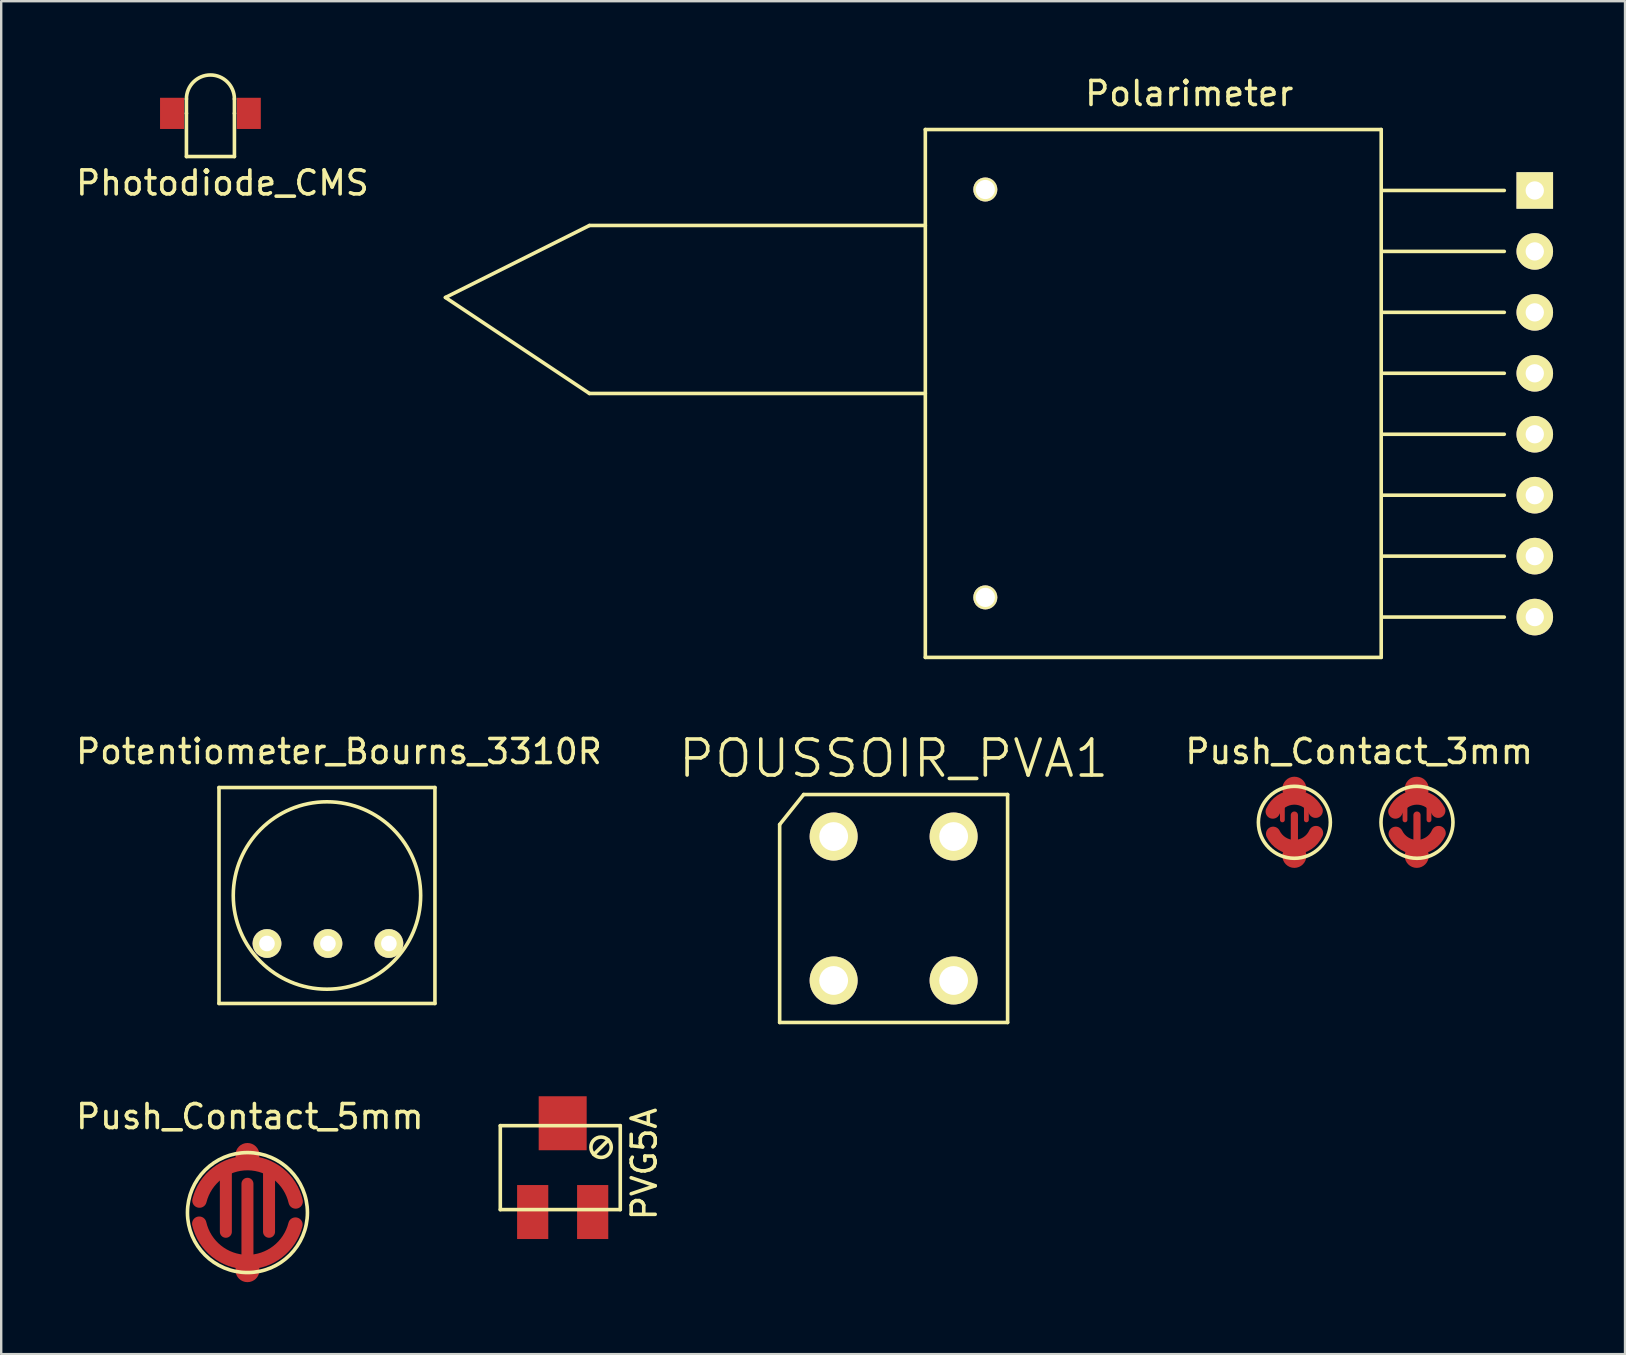
<source format=kicad_pcb>
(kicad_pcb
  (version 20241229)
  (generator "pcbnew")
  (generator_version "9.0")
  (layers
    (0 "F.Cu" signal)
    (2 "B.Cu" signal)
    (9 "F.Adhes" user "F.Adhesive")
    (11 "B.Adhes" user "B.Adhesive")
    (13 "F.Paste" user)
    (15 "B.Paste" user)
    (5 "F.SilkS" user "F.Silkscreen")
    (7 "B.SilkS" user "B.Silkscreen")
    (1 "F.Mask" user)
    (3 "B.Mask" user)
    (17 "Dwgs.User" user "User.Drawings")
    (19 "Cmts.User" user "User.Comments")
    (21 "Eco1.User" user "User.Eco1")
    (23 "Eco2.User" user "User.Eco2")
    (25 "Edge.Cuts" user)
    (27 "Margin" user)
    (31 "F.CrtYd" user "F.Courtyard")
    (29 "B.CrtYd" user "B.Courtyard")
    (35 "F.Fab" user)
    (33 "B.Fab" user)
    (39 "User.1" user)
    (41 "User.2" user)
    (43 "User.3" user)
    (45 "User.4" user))
  (footprint "Push_Contact_3mm"
    (layer "F.Cu")
    (at 53.496 31.221)
    (property "Reference" "Push_Contact_3mm" (at 0.1 -2.95 0) (layer "F.SilkS") (effects (font (size 1 1) (thickness 0.15))))
    (attr through_hole)
    (fp_line (start -3.1 -0.1) (end -3.1 -0.8) (stroke (width 0.2) (type solid)) (layer "F.Cu"))
    (fp_line (start -2.6 0.9) (end -2.6 -0.3) (stroke (width 0.3) (type solid)) (layer "F.Cu"))
    (fp_line (start -2.1 -0.1) (end -2.1 -0.8) (stroke (width 0.2) (type solid)) (layer "F.Cu"))
    (fp_line (start 2.01 -0.1) (end 2.01 -0.8) (stroke (width 0.2) (type solid)) (layer "F.Cu"))
    (fp_line (start 2.51 0.7) (end 2.51 -0.3) (stroke (width 0.3) (type solid)) (layer "F.Cu"))
    (fp_line (start 3.01 -0.1) (end 3.01 -0.8) (stroke (width 0.2) (type solid)) (layer "F.Cu"))
    (fp_arc (start -3.5 -0.45) (mid -2.617833 -1.034724) (end -1.715073 -0.482325) (stroke (width 0.6) (type solid)) (layer "F.Cu"))
    (fp_arc (start -1.7 0.45) (mid -2.582167 1.034724) (end -3.484927 0.482325) (stroke (width 0.6) (type solid)) (layer "F.Cu"))
    (fp_arc (start 1.61 -0.45) (mid 2.492167 -1.034724) (end 3.394927 -0.482325) (stroke (width 0.6) (type solid)) (layer "F.Cu"))
    (fp_arc (start 3.41 0.45) (mid 2.527833 1.034724) (end 1.625073 0.482325) (stroke (width 0.6) (type solid)) (layer "F.Cu"))
    (fp_circle (center -2.6 0) (end -2.7 0.8) (stroke (width 1.7) (type solid)) (fill no) (layer "F.Mask"))
    (fp_circle (center 2.5 0) (end 2.4 0.8) (stroke (width 1.7) (type solid)) (fill no) (layer "F.Mask"))
    (fp_circle (center -2.6 0) (end -2.6 1.5) (stroke (width 0.15) (type solid)) (fill no) (layer "F.SilkS"))
    (fp_circle (center 2.51 0) (end 2.51 1.5) (stroke (width 0.15) (type solid)) (fill no) (layer "F.SilkS"))
    (pad "1" smd circle (at -2.6 -1.4) (size 1 1) (layers "F.Cu" "F.Mask" "F.Paste"))
    (pad "1" smd circle (at 2.5 -1.4) (size 1 1) (layers "F.Cu" "F.Mask" "F.Paste"))
    (pad "2" smd circle (at -2.6 1.4) (size 1 1) (layers "F.Cu" "F.Mask" "F.Paste"))
    (pad "2" smd circle (at 2.5 1.4) (size 1 1) (layers "F.Cu" "F.Mask" "F.Paste")))
  (footprint "PVG5A"
    (layer "F.Cu")
    (at 20.401 45.564)
    (property "Reference" "PVG5A" (at 3.4 -0.1 90) (layer "F.SilkS") (effects (font (size 1 1) (thickness 0.15))))
    (attr through_hole)
    (fp_line (start -2.6 -1.7) (end -2.6 1.8) (stroke (width 0.15) (type solid)) (layer "F.SilkS"))
    (fp_line (start -2.6 -1.7) (end 2.4 -1.7) (stroke (width 0.15) (type solid)) (layer "F.SilkS"))
    (fp_line (start -2.6 1.8) (end 2.4 1.8) (stroke (width 0.15) (type solid)) (layer "F.SilkS"))
    (fp_line (start 1.3 -0.5) (end 1.9 -1.1) (stroke (width 0.15) (type solid)) (layer "F.SilkS"))
    (fp_line (start 2.4 -1.7) (end 2.4 1.8) (stroke (width 0.15) (type solid)) (layer "F.SilkS"))
    (fp_circle (center 1.6 -0.8) (end 1.9 -0.5) (stroke (width 0.15) (type solid)) (fill no) (layer "F.SilkS"))
    (pad "1" smd rect (at -1.25 1.9) (size 1.3 2.25) (layers "F.Cu" "F.Mask" "F.Paste"))
    (pad "2" smd rect (at 0 -1.8) (size 2 2.25) (layers "F.Cu" "F.Mask" "F.Paste"))
    (pad "3" smd rect (at 1.25 1.9) (size 1.3 2.25) (layers "F.Cu" "F.Mask" "F.Paste")))
  (footprint "Polarimeter"
    (layer "F.Cu")
    (at 45.515 13.848)
    (property "Reference" "Polarimeter" (at 1 -13 180) (layer "F.SilkS") (effects (font (size 1 1) (thickness 0.15))))
    (attr through_hole)
    (fp_line (start -30 -4.5) (end -24 -0.5) (stroke (width 0.15) (type solid)) (layer "F.SilkS"))
    (fp_line (start -24 -7.5) (end -30 -4.5) (stroke (width 0.15) (type solid)) (layer "F.SilkS"))
    (fp_line (start -24 -0.5) (end -10 -0.5) (stroke (width 0.15) (type solid)) (layer "F.SilkS"))
    (fp_line (start -10 -11.5) (end 9 -11.5) (stroke (width 0.15) (type solid)) (layer "F.SilkS"))
    (fp_line (start -10 -7.5) (end -24 -7.5) (stroke (width 0.15) (type solid)) (layer "F.SilkS"))
    (fp_line (start -10 10.5) (end -10 -11.5) (stroke (width 0.15) (type solid)) (layer "F.SilkS"))
    (fp_line (start 9 -11.5) (end 9 10.5) (stroke (width 0.15) (type solid)) (layer "F.SilkS"))
    (fp_line (start 9 10.5) (end -10 10.5) (stroke (width 0.15) (type solid)) (layer "F.SilkS"))
    (fp_line (start 9.05 -8.96) (end 14.13 -8.96) (stroke (width 0.15) (type solid)) (layer "F.SilkS"))
    (fp_line (start 9.05 -6.42) (end 14.13 -6.42) (stroke (width 0.15) (type solid)) (layer "F.SilkS"))
    (fp_line (start 9.05 -3.88) (end 14.13 -3.88) (stroke (width 0.15) (type solid)) (layer "F.SilkS"))
    (fp_line (start 9.05 -1.34) (end 14.13 -1.34) (stroke (width 0.15) (type solid)) (layer "F.SilkS"))
    (fp_line (start 9.05 1.2) (end 14.13 1.2) (stroke (width 0.15) (type solid)) (layer "F.SilkS"))
    (fp_line (start 9.05 3.74) (end 14.13 3.74) (stroke (width 0.15) (type solid)) (layer "F.SilkS"))
    (fp_line (start 9.05 6.28) (end 14.13 6.28) (stroke (width 0.15) (type solid)) (layer "F.SilkS"))
    (fp_line (start 9.05 8.82) (end 14.13 8.82) (stroke (width 0.15) (type solid)) (layer "F.SilkS"))
    (pad "" np_thru_hole circle (at -7.5 -9) (size 1 1) (drill 0.8) (layers "*.Cu" "*.Mask" "F.SilkS"))
    (pad "" np_thru_hole circle (at -7.5 8) (size 1 1) (drill 0.8) (layers "*.Cu" "*.Mask" "F.SilkS"))
    (pad "1" thru_hole rect (at 15.4 -8.96) (size 1.524 1.524) (drill 0.762) (layers "*.Cu" "*.Mask" "F.SilkS"))
    (pad "2" thru_hole circle (at 15.4 -6.42) (size 1.524 1.524) (drill 0.762) (layers "*.Cu" "*.Mask" "F.SilkS"))
    (pad "3" thru_hole circle (at 15.4 -3.88) (size 1.524 1.524) (drill 0.762) (layers "*.Cu" "*.Mask" "F.SilkS"))
    (pad "4" thru_hole circle (at 15.4 -1.34) (size 1.524 1.524) (drill 0.762) (layers "*.Cu" "*.Mask" "F.SilkS"))
    (pad "5" thru_hole circle (at 15.4 1.2) (size 1.524 1.524) (drill 0.762) (layers "*.Cu" "*.Mask" "F.SilkS"))
    (pad "6" thru_hole circle (at 15.4 3.74) (size 1.524 1.524) (drill 0.762) (layers "*.Cu" "*.Mask" "F.SilkS"))
    (pad "7" thru_hole circle (at 15.4 6.28) (size 1.524 1.524) (drill 0.762) (layers "*.Cu" "*.Mask" "F.SilkS"))
    (pad "8" thru_hole circle (at 15.4 8.82) (size 1.524 1.524) (drill 0.762) (layers "*.Cu" "*.Mask" "F.SilkS")))
  (footprint "POUSSOIR_PVA1"
    (layer "F.Cu")
    (at 34.194 34.564)
    (property "Reference" "POUSSOIR_PVA1" (at 0 -6 0) (layer "F.SilkS") (effects (font (size 1.5 1.5) (thickness 0.15))))
    (attr through_hole)
    (fp_line (start -4.75 -3.25) (end -3.75 -4.5) (stroke (width 0.15) (type solid)) (layer "F.SilkS"))
    (fp_line (start -4.75 5) (end -4.75 -3.25) (stroke (width 0.15) (type solid)) (layer "F.SilkS"))
    (fp_line (start -3.75 -4.5) (end 4.75 -4.5) (stroke (width 0.15) (type solid)) (layer "F.SilkS"))
    (fp_line (start 4.75 -4.5) (end 4.75 5) (stroke (width 0.15) (type solid)) (layer "F.SilkS"))
    (fp_line (start 4.75 5) (end -4.75 5) (stroke (width 0.15) (type solid)) (layer "F.SilkS"))
    (pad "1" thru_hole circle (at -2.5 -2.75) (size 2 2) (drill 1.2) (layers "*.Cu" "*.Mask" "F.SilkS"))
    (pad "2" thru_hole circle (at 2.5 -2.75) (size 2 2) (drill 1.2) (layers "*.Cu" "*.Mask" "F.SilkS"))
    (pad "3" thru_hole circle (at -2.5 3.25) (size 2 2) (drill 1.2) (layers "*.Cu" "*.Mask" "F.SilkS"))
    (pad "4" thru_hole circle (at 2.5 3.25) (size 2 2) (drill 1.2) (layers "*.Cu" "*.Mask" "F.SilkS")))
  (footprint "Push_Contact_5mm"
    (layer "F.Cu")
    (at 7.263 47.487)
    (property "Reference" "Push_Contact_5mm" (at 0.1 -4 0) (layer "F.SilkS") (effects (font (size 1 1) (thickness 0.15))))
    (attr through_hole)
    (fp_line (start -0.9 -1.7) (end -0.9 0.8) (stroke (width 0.5) (type solid)) (layer "F.Cu"))
    (fp_line (start 0 2) (end 0 -1.2) (stroke (width 0.5) (type solid)) (layer "F.Cu"))
    (fp_line (start 0.9 -1.7) (end 0.9 0.8) (stroke (width 0.5) (type solid)) (layer "F.Cu"))
    (fp_arc (start -2 -0.5) (mid 0.019294 -2.061463) (end 2.009008 -0.462478) (stroke (width 0.6) (type solid)) (layer "F.Cu"))
    (fp_arc (start 2 0.5) (mid -0.019294 2.061463) (end -2.009008 0.462478) (stroke (width 0.6) (type solid)) (layer "F.Cu"))
    (fp_circle (center 0 0) (end 0 1.4) (stroke (width 2.8) (type solid)) (fill no) (layer "F.Mask"))
    (fp_circle (center 0 0) (end 0 2.5) (stroke (width 0.15) (type solid)) (fill no) (layer "F.SilkS"))
    (pad "1" smd circle (at 0 -2.4) (size 1 1) (layers "F.Cu" "F.Mask" "F.Paste"))
    (pad "2" smd circle (at 0 2.4) (size 1 1) (layers "F.Cu" "F.Mask" "F.Paste")))
  (footprint "Potentiometer_Bourns_3310R"
    (layer "F.Cu")
    (at 10.577 34.272)
    (property "Reference" "Potentiometer_Bourns_3310R" (at 0.5 -6 0) (layer "F.SilkS") (effects (font (size 1 1) (thickness 0.15))))
    (attr through_hole)
    (fp_line (start -4.5 -4.5) (end -4.5 4.5) (stroke (width 0.15) (type solid)) (layer "F.SilkS"))
    (fp_line (start -4.5 -4.5) (end 4.5 -4.5) (stroke (width 0.15) (type solid)) (layer "F.SilkS"))
    (fp_line (start -4.5 4.5) (end 4.5 4.5) (stroke (width 0.15) (type solid)) (layer "F.SilkS"))
    (fp_line (start 4.5 -4.5) (end 4.5 4.5) (stroke (width 0.15) (type solid)) (layer "F.SilkS"))
    (fp_circle (center 0 0) (end 2.5 3) (stroke (width 0.15) (type solid)) (fill no) (layer "F.SilkS"))
    (pad "1" thru_hole circle (at -2.5 2) (size 1.2 1.2) (drill 0.65) (layers "*.Cu" "*.Mask" "F.SilkS"))
    (pad "2" thru_hole circle (at 0.04 2) (size 1.2 1.2) (drill 0.65) (layers "*.Cu" "*.Mask" "F.SilkS"))
    (pad "3" thru_hole circle (at 2.58 2) (size 1.2 1.2) (drill 0.65) (layers "*.Cu" "*.Mask" "F.SilkS")))
  (footprint "Photodiode_CMS"
    (layer "F.Cu")
    (at 5.72 1.775)
    (property "Reference" "Photodiode_CMS" (at 0.5 2.8 0) (layer "F.SilkS") (effects (font (size 1 1) (thickness 0.15))))
    (attr through_hole)
    (fp_line (start -1 -0.1) (end -1 -0.7) (stroke (width 0.15) (type solid)) (layer "F.SilkS"))
    (fp_line (start -1 -0.1) (end -1 1.7) (stroke (width 0.15) (type solid)) (layer "F.SilkS"))
    (fp_line (start -1 1.7) (end 1 1.7) (stroke (width 0.15) (type solid)) (layer "F.SilkS"))
    (fp_line (start 1 -0.7) (end 1 -0.1) (stroke (width 0.15) (type solid)) (layer "F.SilkS"))
    (fp_line (start 1 1.7) (end 1 -0.1) (stroke (width 0.15) (type solid)) (layer "F.SilkS"))
    (fp_arc (start -1 -0.7) (mid 0 -1.7) (end 1 -0.7) (stroke (width 0.15) (type solid)) (layer "F.SilkS"))
    (pad "A" smd rect (at 1.6 -0.1) (size 1 1.3) (layers "F.Cu" "F.Mask" "F.Paste"))
    (pad "K" smd rect (at -1.6 -0.1) (size 1 1.3) (layers "F.Cu" "F.Mask" "F.Paste")))
  (gr_rect
    (start -3 -3)
    (end 64.677 53.387)
    (stroke (width 0.1) (type default))
    (fill no)
    (layer "Edge.Cuts")))
</source>
